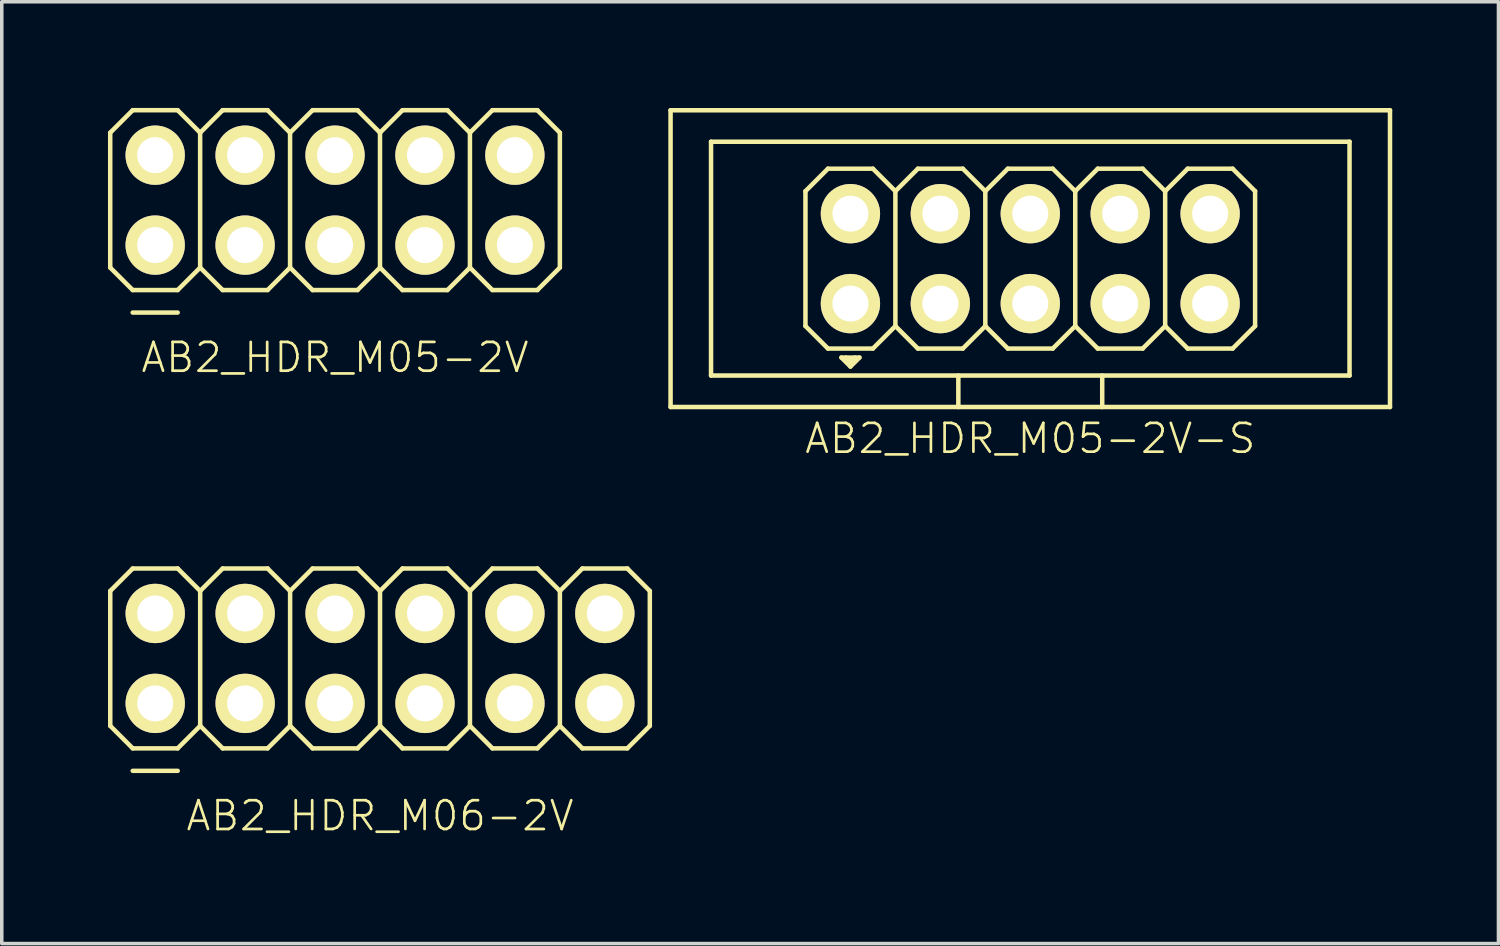
<source format=kicad_pcb>
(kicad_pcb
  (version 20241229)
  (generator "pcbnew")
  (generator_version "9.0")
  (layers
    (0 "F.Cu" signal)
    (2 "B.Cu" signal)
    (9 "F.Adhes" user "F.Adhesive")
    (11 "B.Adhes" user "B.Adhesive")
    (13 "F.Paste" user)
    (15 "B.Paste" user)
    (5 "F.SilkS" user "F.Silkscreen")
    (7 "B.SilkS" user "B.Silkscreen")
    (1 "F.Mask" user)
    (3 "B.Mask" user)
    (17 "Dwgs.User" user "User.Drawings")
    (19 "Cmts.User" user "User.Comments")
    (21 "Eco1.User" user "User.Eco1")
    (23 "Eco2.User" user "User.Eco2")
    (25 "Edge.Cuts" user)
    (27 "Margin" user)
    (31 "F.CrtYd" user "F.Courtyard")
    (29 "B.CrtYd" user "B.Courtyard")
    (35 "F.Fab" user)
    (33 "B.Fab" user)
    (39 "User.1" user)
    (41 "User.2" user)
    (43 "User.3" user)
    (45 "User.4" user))
  (footprint "AB2_HDR_M05-2V-S"
    (layer "F.Cu")
    (at 26.05 4.255)
    (property "Reference" "AB2_HDR_M05-2V-S" (at 0 5.08 0) (layer "F.SilkS") (effects (font (size 0.813 0.813) (thickness 0.076))))
    (attr through_hole)
    (fp_line (start -10.16 -4.191) (end -10.16 4.191) (stroke (width 0.127) (type solid)) (layer "F.SilkS"))
    (fp_line (start -10.16 4.191) (end 10.16 4.191) (stroke (width 0.127) (type solid)) (layer "F.SilkS"))
    (fp_line (start -9.017 -3.302) (end -9.017 3.302) (stroke (width 0.127) (type solid)) (layer "F.SilkS"))
    (fp_line (start -9.017 3.302) (end 9.017 3.302) (stroke (width 0.127) (type solid)) (layer "F.SilkS"))
    (fp_line (start -6.35 -1.905) (end -5.715 -2.54) (stroke (width 0.127) (type solid)) (layer "F.SilkS"))
    (fp_line (start -6.35 1.905) (end -6.35 -1.905) (stroke (width 0.127) (type solid)) (layer "F.SilkS"))
    (fp_line (start -5.715 -2.54) (end -4.445 -2.54) (stroke (width 0.127) (type solid)) (layer "F.SilkS"))
    (fp_line (start -5.715 2.54) (end -6.35 1.905) (stroke (width 0.127) (type solid)) (layer "F.SilkS"))
    (fp_line (start -5.334 2.794) (end -5.08 3.048) (stroke (width 0.127) (type solid)) (layer "F.SilkS"))
    (fp_line (start -5.207 2.794) (end -5.08 2.921) (stroke (width 0.127) (type solid)) (layer "F.SilkS"))
    (fp_line (start -5.08 3.048) (end -4.826 2.794) (stroke (width 0.127) (type solid)) (layer "F.SilkS"))
    (fp_line (start -4.953 2.794) (end -5.08 2.921) (stroke (width 0.127) (type solid)) (layer "F.SilkS"))
    (fp_line (start -4.826 2.794) (end -5.334 2.794) (stroke (width 0.127) (type solid)) (layer "F.SilkS"))
    (fp_line (start -4.445 -2.54) (end -3.81 -1.905) (stroke (width 0.127) (type solid)) (layer "F.SilkS"))
    (fp_line (start -4.445 2.54) (end -5.715 2.54) (stroke (width 0.127) (type solid)) (layer "F.SilkS"))
    (fp_line (start -3.81 -1.905) (end -3.81 1.905) (stroke (width 0.127) (type solid)) (layer "F.SilkS"))
    (fp_line (start -3.81 -1.905) (end -3.175 -2.54) (stroke (width 0.127) (type solid)) (layer "F.SilkS"))
    (fp_line (start -3.81 1.905) (end -4.445 2.54) (stroke (width 0.127) (type solid)) (layer "F.SilkS"))
    (fp_line (start -3.175 -2.54) (end -1.905 -2.54) (stroke (width 0.127) (type solid)) (layer "F.SilkS"))
    (fp_line (start -3.175 2.54) (end -3.81 1.905) (stroke (width 0.127) (type solid)) (layer "F.SilkS"))
    (fp_line (start -2.032 3.302) (end -2.032 4.191) (stroke (width 0.127) (type solid)) (layer "F.SilkS"))
    (fp_line (start -1.905 -2.54) (end -1.27 -1.905) (stroke (width 0.127) (type solid)) (layer "F.SilkS"))
    (fp_line (start -1.905 2.54) (end -3.175 2.54) (stroke (width 0.127) (type solid)) (layer "F.SilkS"))
    (fp_line (start -1.27 -1.905) (end -1.27 1.905) (stroke (width 0.127) (type solid)) (layer "F.SilkS"))
    (fp_line (start -1.27 -1.905) (end -0.635 -2.54) (stroke (width 0.127) (type solid)) (layer "F.SilkS"))
    (fp_line (start -1.27 1.905) (end -1.905 2.54) (stroke (width 0.127) (type solid)) (layer "F.SilkS"))
    (fp_line (start -0.635 -2.54) (end 0.635 -2.54) (stroke (width 0.127) (type solid)) (layer "F.SilkS"))
    (fp_line (start -0.635 2.54) (end -1.27 1.905) (stroke (width 0.127) (type solid)) (layer "F.SilkS"))
    (fp_line (start 0.635 -2.54) (end 1.27 -1.905) (stroke (width 0.127) (type solid)) (layer "F.SilkS"))
    (fp_line (start 0.635 2.54) (end -0.635 2.54) (stroke (width 0.127) (type solid)) (layer "F.SilkS"))
    (fp_line (start 1.27 -1.905) (end 1.27 1.905) (stroke (width 0.127) (type solid)) (layer "F.SilkS"))
    (fp_line (start 1.27 -1.905) (end 1.905 -2.54) (stroke (width 0.127) (type solid)) (layer "F.SilkS"))
    (fp_line (start 1.27 1.905) (end 0.635 2.54) (stroke (width 0.127) (type solid)) (layer "F.SilkS"))
    (fp_line (start 1.905 -2.54) (end 3.175 -2.54) (stroke (width 0.127) (type solid)) (layer "F.SilkS"))
    (fp_line (start 1.905 2.54) (end 1.27 1.905) (stroke (width 0.127) (type solid)) (layer "F.SilkS"))
    (fp_line (start 2.032 3.302) (end 2.032 4.191) (stroke (width 0.127) (type solid)) (layer "F.SilkS"))
    (fp_line (start 3.175 -2.54) (end 3.81 -1.905) (stroke (width 0.127) (type solid)) (layer "F.SilkS"))
    (fp_line (start 3.175 2.54) (end 1.905 2.54) (stroke (width 0.127) (type solid)) (layer "F.SilkS"))
    (fp_line (start 3.81 -1.905) (end 3.81 1.905) (stroke (width 0.127) (type solid)) (layer "F.SilkS"))
    (fp_line (start 3.81 -1.905) (end 4.445 -2.54) (stroke (width 0.127) (type solid)) (layer "F.SilkS"))
    (fp_line (start 3.81 1.905) (end 3.175 2.54) (stroke (width 0.127) (type solid)) (layer "F.SilkS"))
    (fp_line (start 4.445 -2.54) (end 5.715 -2.54) (stroke (width 0.127) (type solid)) (layer "F.SilkS"))
    (fp_line (start 4.445 2.54) (end 3.81 1.905) (stroke (width 0.127) (type solid)) (layer "F.SilkS"))
    (fp_line (start 5.715 -2.54) (end 6.35 -1.905) (stroke (width 0.127) (type solid)) (layer "F.SilkS"))
    (fp_line (start 5.715 2.54) (end 4.445 2.54) (stroke (width 0.127) (type solid)) (layer "F.SilkS"))
    (fp_line (start 6.35 -1.905) (end 6.35 1.905) (stroke (width 0.127) (type solid)) (layer "F.SilkS"))
    (fp_line (start 6.35 1.905) (end 5.715 2.54) (stroke (width 0.127) (type solid)) (layer "F.SilkS"))
    (fp_line (start 9.017 -3.302) (end -9.017 -3.302) (stroke (width 0.127) (type solid)) (layer "F.SilkS"))
    (fp_line (start 9.017 3.302) (end 9.017 -3.302) (stroke (width 0.127) (type solid)) (layer "F.SilkS"))
    (fp_line (start 10.16 -4.191) (end -10.16 -4.191) (stroke (width 0.127) (type solid)) (layer "F.SilkS"))
    (fp_line (start 10.16 4.191) (end 10.16 -4.191) (stroke (width 0.127) (type solid)) (layer "F.SilkS"))
    (pad "1" thru_hole circle (at -5.08 1.27) (size 1.676 1.676) (drill 1.016) (layers "*.Cu" "*.Mask" "F.SilkS"))
    (pad "2" thru_hole circle (at -5.08 -1.27) (size 1.676 1.676) (drill 1.016) (layers "*.Cu" "*.Mask" "F.SilkS"))
    (pad "3" thru_hole circle (at -2.54 1.27) (size 1.676 1.676) (drill 1.016) (layers "*.Cu" "*.Mask" "F.SilkS"))
    (pad "4" thru_hole circle (at -2.54 -1.27) (size 1.676 1.676) (drill 1.016) (layers "*.Cu" "*.Mask" "F.SilkS"))
    (pad "5" thru_hole circle (at 0 1.27) (size 1.676 1.676) (drill 1.016) (layers "*.Cu" "*.Mask" "F.SilkS"))
    (pad "6" thru_hole circle (at 0 -1.27) (size 1.676 1.676) (drill 1.016) (layers "*.Cu" "*.Mask" "F.SilkS"))
    (pad "7" thru_hole circle (at 2.54 1.27) (size 1.676 1.676) (drill 1.016) (layers "*.Cu" "*.Mask" "F.SilkS"))
    (pad "8" thru_hole circle (at 2.54 -1.27) (size 1.676 1.676) (drill 1.016) (layers "*.Cu" "*.Mask" "F.SilkS"))
    (pad "9" thru_hole circle (at 5.08 1.27) (size 1.676 1.676) (drill 1.016) (layers "*.Cu" "*.Mask" "F.SilkS"))
    (pad "10" thru_hole circle (at 5.08 -1.27) (size 1.676 1.676) (drill 1.016) (layers "*.Cu" "*.Mask" "F.SilkS")))
  (footprint "AB2_HDR_M05-2V"
    (layer "F.Cu")
    (at 6.413 2.603)
    (property "Reference" "AB2_HDR_M05-2V" (at 0 4.445 0) (layer "F.SilkS") (effects (font (size 0.813 0.813) (thickness 0.076))))
    (attr through_hole)
    (fp_line (start -6.35 -1.905) (end -5.715 -2.54) (stroke (width 0.127) (type solid)) (layer "F.SilkS"))
    (fp_line (start -6.35 1.905) (end -6.35 -1.905) (stroke (width 0.127) (type solid)) (layer "F.SilkS"))
    (fp_line (start -5.715 -2.54) (end -4.445 -2.54) (stroke (width 0.127) (type solid)) (layer "F.SilkS"))
    (fp_line (start -5.715 2.54) (end -6.35 1.905) (stroke (width 0.127) (type solid)) (layer "F.SilkS"))
    (fp_line (start -5.715 3.175) (end -4.445 3.175) (stroke (width 0.127) (type solid)) (layer "F.SilkS"))
    (fp_line (start -4.445 -2.54) (end -3.81 -1.905) (stroke (width 0.127) (type solid)) (layer "F.SilkS"))
    (fp_line (start -4.445 2.54) (end -5.715 2.54) (stroke (width 0.127) (type solid)) (layer "F.SilkS"))
    (fp_line (start -3.81 -1.905) (end -3.81 1.905) (stroke (width 0.127) (type solid)) (layer "F.SilkS"))
    (fp_line (start -3.81 -1.905) (end -3.175 -2.54) (stroke (width 0.127) (type solid)) (layer "F.SilkS"))
    (fp_line (start -3.81 1.905) (end -4.445 2.54) (stroke (width 0.127) (type solid)) (layer "F.SilkS"))
    (fp_line (start -3.175 -2.54) (end -1.905 -2.54) (stroke (width 0.127) (type solid)) (layer "F.SilkS"))
    (fp_line (start -3.175 2.54) (end -3.81 1.905) (stroke (width 0.127) (type solid)) (layer "F.SilkS"))
    (fp_line (start -1.905 -2.54) (end -1.27 -1.905) (stroke (width 0.127) (type solid)) (layer "F.SilkS"))
    (fp_line (start -1.905 2.54) (end -3.175 2.54) (stroke (width 0.127) (type solid)) (layer "F.SilkS"))
    (fp_line (start -1.27 -1.905) (end -1.27 1.905) (stroke (width 0.127) (type solid)) (layer "F.SilkS"))
    (fp_line (start -1.27 -1.905) (end -0.635 -2.54) (stroke (width 0.127) (type solid)) (layer "F.SilkS"))
    (fp_line (start -1.27 1.905) (end -1.905 2.54) (stroke (width 0.127) (type solid)) (layer "F.SilkS"))
    (fp_line (start -0.635 -2.54) (end 0.635 -2.54) (stroke (width 0.127) (type solid)) (layer "F.SilkS"))
    (fp_line (start -0.635 2.54) (end -1.27 1.905) (stroke (width 0.127) (type solid)) (layer "F.SilkS"))
    (fp_line (start 0.635 -2.54) (end 1.27 -1.905) (stroke (width 0.127) (type solid)) (layer "F.SilkS"))
    (fp_line (start 0.635 2.54) (end -0.635 2.54) (stroke (width 0.127) (type solid)) (layer "F.SilkS"))
    (fp_line (start 1.27 -1.905) (end 1.27 1.905) (stroke (width 0.127) (type solid)) (layer "F.SilkS"))
    (fp_line (start 1.27 -1.905) (end 1.905 -2.54) (stroke (width 0.127) (type solid)) (layer "F.SilkS"))
    (fp_line (start 1.27 1.905) (end 0.635 2.54) (stroke (width 0.127) (type solid)) (layer "F.SilkS"))
    (fp_line (start 1.905 -2.54) (end 3.175 -2.54) (stroke (width 0.127) (type solid)) (layer "F.SilkS"))
    (fp_line (start 1.905 2.54) (end 1.27 1.905) (stroke (width 0.127) (type solid)) (layer "F.SilkS"))
    (fp_line (start 3.175 -2.54) (end 3.81 -1.905) (stroke (width 0.127) (type solid)) (layer "F.SilkS"))
    (fp_line (start 3.175 2.54) (end 1.905 2.54) (stroke (width 0.127) (type solid)) (layer "F.SilkS"))
    (fp_line (start 3.81 -1.905) (end 3.81 1.905) (stroke (width 0.127) (type solid)) (layer "F.SilkS"))
    (fp_line (start 3.81 -1.905) (end 4.445 -2.54) (stroke (width 0.127) (type solid)) (layer "F.SilkS"))
    (fp_line (start 3.81 1.905) (end 3.175 2.54) (stroke (width 0.127) (type solid)) (layer "F.SilkS"))
    (fp_line (start 4.445 -2.54) (end 5.715 -2.54) (stroke (width 0.127) (type solid)) (layer "F.SilkS"))
    (fp_line (start 4.445 2.54) (end 3.81 1.905) (stroke (width 0.127) (type solid)) (layer "F.SilkS"))
    (fp_line (start 5.715 -2.54) (end 6.35 -1.905) (stroke (width 0.127) (type solid)) (layer "F.SilkS"))
    (fp_line (start 5.715 2.54) (end 4.445 2.54) (stroke (width 0.127) (type solid)) (layer "F.SilkS"))
    (fp_line (start 6.35 -1.905) (end 6.35 1.905) (stroke (width 0.127) (type solid)) (layer "F.SilkS"))
    (fp_line (start 6.35 1.905) (end 5.715 2.54) (stroke (width 0.127) (type solid)) (layer "F.SilkS"))
    (pad "1" thru_hole circle (at -5.08 1.27) (size 1.676 1.676) (drill 1.016) (layers "*.Cu" "*.Mask" "F.SilkS"))
    (pad "2" thru_hole circle (at -5.08 -1.27) (size 1.676 1.676) (drill 1.016) (layers "*.Cu" "*.Mask" "F.SilkS"))
    (pad "3" thru_hole circle (at -2.54 1.27) (size 1.676 1.676) (drill 1.016) (layers "*.Cu" "*.Mask" "F.SilkS"))
    (pad "4" thru_hole circle (at -2.54 -1.27) (size 1.676 1.676) (drill 1.016) (layers "*.Cu" "*.Mask" "F.SilkS"))
    (pad "5" thru_hole circle (at 0 1.27) (size 1.676 1.676) (drill 1.016) (layers "*.Cu" "*.Mask" "F.SilkS"))
    (pad "6" thru_hole circle (at 0 -1.27) (size 1.676 1.676) (drill 1.016) (layers "*.Cu" "*.Mask" "F.SilkS"))
    (pad "7" thru_hole circle (at 2.54 1.27) (size 1.676 1.676) (drill 1.016) (layers "*.Cu" "*.Mask" "F.SilkS"))
    (pad "8" thru_hole circle (at 2.54 -1.27) (size 1.676 1.676) (drill 1.016) (layers "*.Cu" "*.Mask" "F.SilkS"))
    (pad "9" thru_hole circle (at 5.08 1.27) (size 1.676 1.676) (drill 1.016) (layers "*.Cu" "*.Mask" "F.SilkS"))
    (pad "10" thru_hole circle (at 5.08 -1.27) (size 1.676 1.676) (drill 1.016) (layers "*.Cu" "*.Mask" "F.SilkS")))
  (footprint "AB2_HDR_M06-2V"
    (layer "F.Cu")
    (at 7.684 15.547)
    (property "Reference" "AB2_HDR_M06-2V" (at 0 4.445 0) (layer "F.SilkS") (effects (font (size 0.813 0.813) (thickness 0.076))))
    (attr through_hole)
    (fp_line (start -7.62 -1.905) (end -6.985 -2.54) (stroke (width 0.127) (type solid)) (layer "F.SilkS"))
    (fp_line (start -7.62 1.905) (end -7.62 -1.905) (stroke (width 0.127) (type solid)) (layer "F.SilkS"))
    (fp_line (start -6.985 -2.54) (end -5.715 -2.54) (stroke (width 0.127) (type solid)) (layer "F.SilkS"))
    (fp_line (start -6.985 2.54) (end -7.62 1.905) (stroke (width 0.127) (type solid)) (layer "F.SilkS"))
    (fp_line (start -6.985 3.175) (end -5.715 3.175) (stroke (width 0.127) (type solid)) (layer "F.SilkS"))
    (fp_line (start -5.715 -2.54) (end -5.08 -1.905) (stroke (width 0.127) (type solid)) (layer "F.SilkS"))
    (fp_line (start -5.715 2.54) (end -6.985 2.54) (stroke (width 0.127) (type solid)) (layer "F.SilkS"))
    (fp_line (start -5.08 -1.905) (end -5.08 1.905) (stroke (width 0.127) (type solid)) (layer "F.SilkS"))
    (fp_line (start -5.08 -1.905) (end -4.445 -2.54) (stroke (width 0.127) (type solid)) (layer "F.SilkS"))
    (fp_line (start -5.08 1.905) (end -5.715 2.54) (stroke (width 0.127) (type solid)) (layer "F.SilkS"))
    (fp_line (start -4.445 -2.54) (end -3.175 -2.54) (stroke (width 0.127) (type solid)) (layer "F.SilkS"))
    (fp_line (start -4.445 2.54) (end -5.08 1.905) (stroke (width 0.127) (type solid)) (layer "F.SilkS"))
    (fp_line (start -3.175 -2.54) (end -2.54 -1.905) (stroke (width 0.127) (type solid)) (layer "F.SilkS"))
    (fp_line (start -3.175 2.54) (end -4.445 2.54) (stroke (width 0.127) (type solid)) (layer "F.SilkS"))
    (fp_line (start -2.54 -1.905) (end -2.54 1.905) (stroke (width 0.127) (type solid)) (layer "F.SilkS"))
    (fp_line (start -2.54 -1.905) (end -1.905 -2.54) (stroke (width 0.127) (type solid)) (layer "F.SilkS"))
    (fp_line (start -2.54 1.905) (end -3.175 2.54) (stroke (width 0.127) (type solid)) (layer "F.SilkS"))
    (fp_line (start -1.905 -2.54) (end -0.635 -2.54) (stroke (width 0.127) (type solid)) (layer "F.SilkS"))
    (fp_line (start -1.905 2.54) (end -2.54 1.905) (stroke (width 0.127) (type solid)) (layer "F.SilkS"))
    (fp_line (start -0.635 -2.54) (end 0 -1.905) (stroke (width 0.127) (type solid)) (layer "F.SilkS"))
    (fp_line (start -0.635 2.54) (end -1.905 2.54) (stroke (width 0.127) (type solid)) (layer "F.SilkS"))
    (fp_line (start 0 -1.905) (end 0 1.905) (stroke (width 0.127) (type solid)) (layer "F.SilkS"))
    (fp_line (start 0 -1.905) (end 0.635 -2.54) (stroke (width 0.127) (type solid)) (layer "F.SilkS"))
    (fp_line (start 0 1.905) (end -0.635 2.54) (stroke (width 0.127) (type solid)) (layer "F.SilkS"))
    (fp_line (start 0.635 -2.54) (end 1.905 -2.54) (stroke (width 0.127) (type solid)) (layer "F.SilkS"))
    (fp_line (start 0.635 2.54) (end 0 1.905) (stroke (width 0.127) (type solid)) (layer "F.SilkS"))
    (fp_line (start 1.905 -2.54) (end 2.54 -1.905) (stroke (width 0.127) (type solid)) (layer "F.SilkS"))
    (fp_line (start 1.905 2.54) (end 0.635 2.54) (stroke (width 0.127) (type solid)) (layer "F.SilkS"))
    (fp_line (start 2.54 -1.905) (end 2.54 1.905) (stroke (width 0.127) (type solid)) (layer "F.SilkS"))
    (fp_line (start 2.54 -1.905) (end 3.175 -2.54) (stroke (width 0.127) (type solid)) (layer "F.SilkS"))
    (fp_line (start 2.54 1.905) (end 1.905 2.54) (stroke (width 0.127) (type solid)) (layer "F.SilkS"))
    (fp_line (start 3.175 -2.54) (end 4.445 -2.54) (stroke (width 0.127) (type solid)) (layer "F.SilkS"))
    (fp_line (start 3.175 2.54) (end 2.54 1.905) (stroke (width 0.127) (type solid)) (layer "F.SilkS"))
    (fp_line (start 4.445 -2.54) (end 5.08 -1.905) (stroke (width 0.127) (type solid)) (layer "F.SilkS"))
    (fp_line (start 4.445 2.54) (end 3.175 2.54) (stroke (width 0.127) (type solid)) (layer "F.SilkS"))
    (fp_line (start 5.08 -1.905) (end 5.08 1.905) (stroke (width 0.127) (type solid)) (layer "F.SilkS"))
    (fp_line (start 5.08 -1.905) (end 5.715 -2.54) (stroke (width 0.127) (type solid)) (layer "F.SilkS"))
    (fp_line (start 5.08 1.905) (end 4.445 2.54) (stroke (width 0.127) (type solid)) (layer "F.SilkS"))
    (fp_line (start 5.715 -2.54) (end 6.985 -2.54) (stroke (width 0.127) (type solid)) (layer "F.SilkS"))
    (fp_line (start 5.715 2.54) (end 5.08 1.905) (stroke (width 0.127) (type solid)) (layer "F.SilkS"))
    (fp_line (start 6.985 -2.54) (end 7.62 -1.905) (stroke (width 0.127) (type solid)) (layer "F.SilkS"))
    (fp_line (start 6.985 2.54) (end 5.715 2.54) (stroke (width 0.127) (type solid)) (layer "F.SilkS"))
    (fp_line (start 7.62 -1.905) (end 7.62 1.905) (stroke (width 0.127) (type solid)) (layer "F.SilkS"))
    (fp_line (start 7.62 1.905) (end 6.985 2.54) (stroke (width 0.127) (type solid)) (layer "F.SilkS"))
    (pad "1" thru_hole circle (at -6.35 1.27) (size 1.676 1.676) (drill 1.016) (layers "*.Cu" "*.Mask" "F.SilkS"))
    (pad "2" thru_hole circle (at -6.35 -1.27) (size 1.676 1.676) (drill 1.016) (layers "*.Cu" "*.Mask" "F.SilkS"))
    (pad "3" thru_hole circle (at -3.81 1.27) (size 1.676 1.676) (drill 1.016) (layers "*.Cu" "*.Mask" "F.SilkS"))
    (pad "4" thru_hole circle (at -3.81 -1.27) (size 1.676 1.676) (drill 1.016) (layers "*.Cu" "*.Mask" "F.SilkS"))
    (pad "5" thru_hole circle (at -1.27 1.27) (size 1.676 1.676) (drill 1.016) (layers "*.Cu" "*.Mask" "F.SilkS"))
    (pad "6" thru_hole circle (at -1.27 -1.27) (size 1.676 1.676) (drill 1.016) (layers "*.Cu" "*.Mask" "F.SilkS"))
    (pad "7" thru_hole circle (at 1.27 1.27) (size 1.676 1.676) (drill 1.016) (layers "*.Cu" "*.Mask" "F.SilkS"))
    (pad "8" thru_hole circle (at 1.27 -1.27) (size 1.676 1.676) (drill 1.016) (layers "*.Cu" "*.Mask" "F.SilkS"))
    (pad "9" thru_hole circle (at 3.81 1.27) (size 1.676 1.676) (drill 1.016) (layers "*.Cu" "*.Mask" "F.SilkS"))
    (pad "10" thru_hole circle (at 3.81 -1.27) (size 1.676 1.676) (drill 1.016) (layers "*.Cu" "*.Mask" "F.SilkS"))
    (pad "11" thru_hole circle (at 6.35 1.27) (size 1.676 1.676) (drill 1.016) (layers "*.Cu" "*.Mask" "F.SilkS"))
    (pad "12" thru_hole circle (at 6.35 -1.27) (size 1.676 1.676) (drill 1.016) (layers "*.Cu" "*.Mask" "F.SilkS")))
  (gr_rect
    (start -3 -3)
    (end 39.274 23.601)
    (stroke (width 0.1) (type default))
    (fill no)
    (layer "Edge.Cuts")))
</source>
